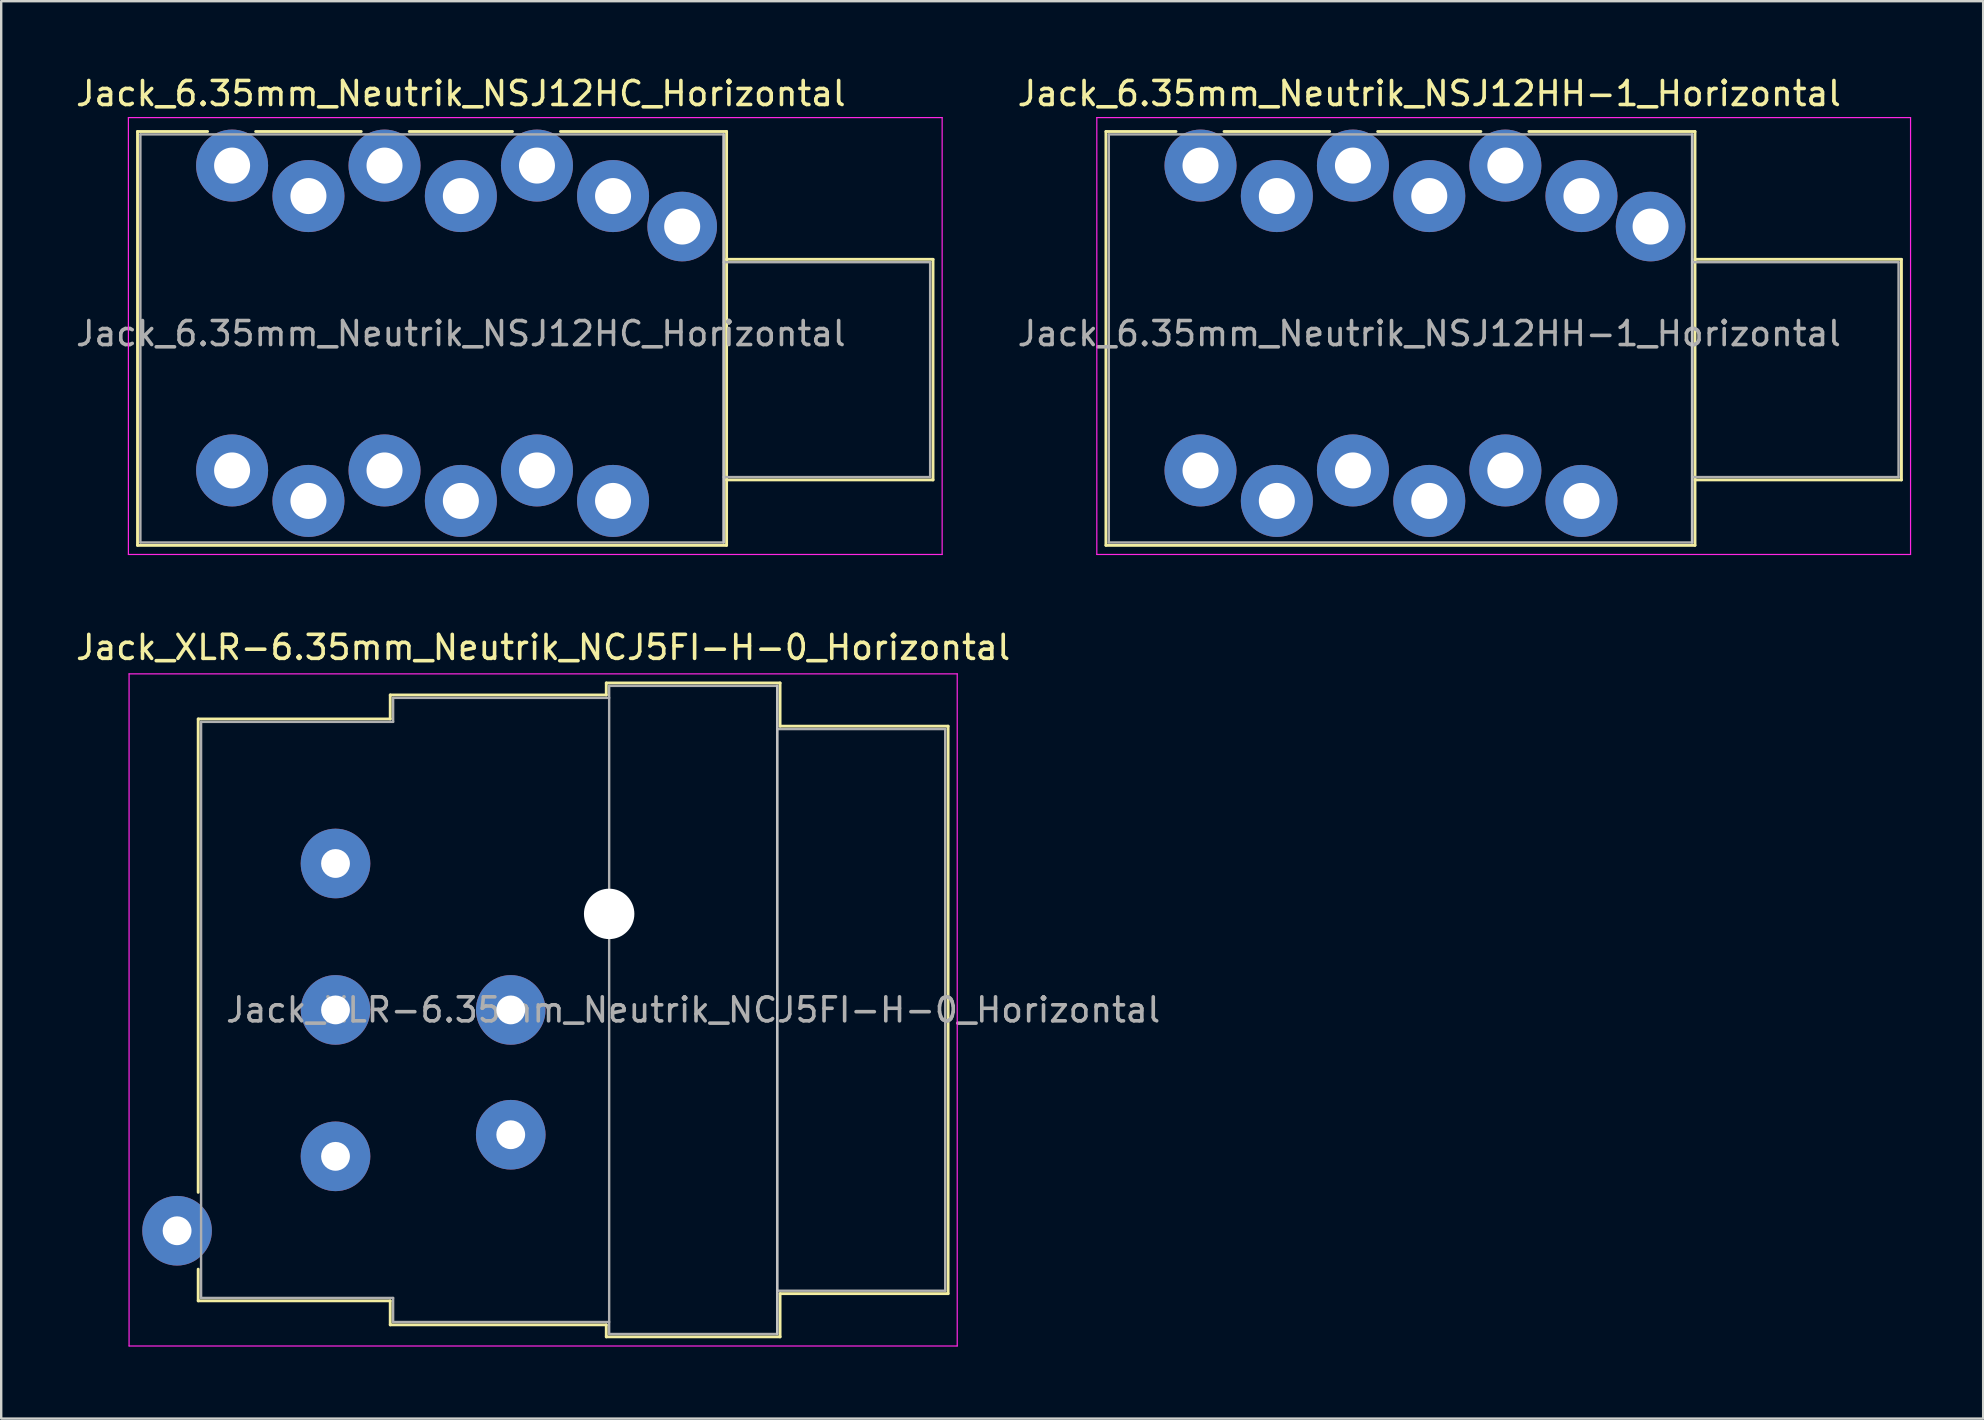
<source format=kicad_pcb>
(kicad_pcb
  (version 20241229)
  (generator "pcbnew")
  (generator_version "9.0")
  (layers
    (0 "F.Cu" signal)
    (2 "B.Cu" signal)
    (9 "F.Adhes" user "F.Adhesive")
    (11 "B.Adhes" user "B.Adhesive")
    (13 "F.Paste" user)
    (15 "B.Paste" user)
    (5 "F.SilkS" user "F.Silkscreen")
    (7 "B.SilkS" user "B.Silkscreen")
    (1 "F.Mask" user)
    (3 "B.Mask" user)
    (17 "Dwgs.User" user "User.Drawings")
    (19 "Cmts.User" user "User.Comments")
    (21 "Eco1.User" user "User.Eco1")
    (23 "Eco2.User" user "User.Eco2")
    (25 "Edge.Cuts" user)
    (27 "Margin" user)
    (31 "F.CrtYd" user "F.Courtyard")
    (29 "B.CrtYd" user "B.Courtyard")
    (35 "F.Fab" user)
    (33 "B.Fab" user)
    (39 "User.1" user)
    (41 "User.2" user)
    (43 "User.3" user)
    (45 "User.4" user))
  (footprint "Jack_6.35mm_Neutrik_NSJ12HH-1_Horizontal"
    (layer "F.Cu")
    (at 46.962 3.848)
    (property "Reference" "Jack_6.35mm_Neutrik_NSJ12HH-1_Horizontal" (at 9.53 -3 0) (layer "F.SilkS") (effects (font (size 1 1) (thickness 0.15))))
    (attr through_hole)
    (fp_line (start -3.94 -1.42) (end -1.02 -1.42) (stroke (width 0.12) (type solid)) (layer "F.SilkS"))
    (fp_line (start -3.94 15.82) (end -3.94 -1.42) (stroke (width 0.12) (type solid)) (layer "F.SilkS"))
    (fp_line (start -3.94 15.82) (end 20.6 15.82) (stroke (width 0.12) (type solid)) (layer "F.SilkS"))
    (fp_line (start 0.98 -1.42) (end 5.38 -1.42) (stroke (width 0.12) (type solid)) (layer "F.SilkS"))
    (fp_line (start 7.38 -1.42) (end 11.68 -1.42) (stroke (width 0.12) (type solid)) (layer "F.SilkS"))
    (fp_line (start 13.68 -1.42) (end 20.6 -1.42) (stroke (width 0.12) (type solid)) (layer "F.SilkS"))
    (fp_line (start 20.6 -1.42) (end 20.6 15.82) (stroke (width 0.12) (type solid)) (layer "F.SilkS"))
    (fp_line (start 29.2 3.905) (end 20.6 3.905) (stroke (width 0.12) (type solid)) (layer "F.SilkS"))
    (fp_line (start 29.2 13.095) (end 20.6 13.095) (stroke (width 0.12) (type solid)) (layer "F.SilkS"))
    (fp_line (start 29.2 13.095) (end 29.2 3.905) (stroke (width 0.12) (type solid)) (layer "F.SilkS"))
    (fp_line (start 20.48 -1.3) (end 20.48 15.7) (stroke (width 0.1) (type solid)) (layer "Dwgs.User"))
    (fp_line (start -4.32 16.2) (end -4.32 -2) (stroke (width 0.05) (type solid)) (layer "F.CrtYd"))
    (fp_line (start -4.32 16.2) (end 29.58 16.2) (stroke (width 0.05) (type solid)) (layer "F.CrtYd"))
    (fp_line (start 29.58 -2) (end -4.32 -2) (stroke (width 0.05) (type solid)) (layer "F.CrtYd"))
    (fp_line (start 29.58 16.2) (end 29.58 -2) (stroke (width 0.05) (type solid)) (layer "F.CrtYd"))
    (fp_line (start -3.82 -1.3) (end 20.48 -1.3) (stroke (width 0.1) (type solid)) (layer "F.Fab"))
    (fp_line (start -3.82 15.7) (end -3.82 -1.3) (stroke (width 0.1) (type solid)) (layer "F.Fab"))
    (fp_line (start 20.48 -1.3) (end 20.48 15.7) (stroke (width 0.1) (type solid)) (layer "F.Fab"))
    (fp_line (start 20.48 12.975) (end 29.08 12.975) (stroke (width 0.1) (type solid)) (layer "F.Fab"))
    (fp_line (start 20.48 15.7) (end -3.82 15.7) (stroke (width 0.1) (type solid)) (layer "F.Fab"))
    (fp_line (start 29.08 4.025) (end 20.48 4.025) (stroke (width 0.1) (type solid)) (layer "F.Fab"))
    (fp_line (start 29.08 12.975) (end 29.08 4.025) (stroke (width 0.1) (type solid)) (layer "F.Fab"))
    (fp_text user "${REFERENCE}" (at 9.53 7 0) (layer "F.Fab") (effects (font (size 1 1) (thickness 0.15))))
    (pad "G" thru_hole circle (at 18.75 2.54) (size 2.9 2.9) (drill 1.5) (layers "*.Cu" "*.Mask"))
    (pad "R1" thru_hole circle (at 6.35 0) (size 3 3) (drill 1.5) (layers "*.Cu" "*.Mask"))
    (pad "R2" thru_hole circle (at 9.53 1.27) (size 3 3) (drill 1.5) (layers "*.Cu" "*.Mask"))
    (pad "RN1" thru_hole circle (at 6.35 12.7) (size 3 3) (drill 1.5) (layers "*.Cu" "*.Mask"))
    (pad "RN2" thru_hole circle (at 9.53 13.97) (size 3 3) (drill 1.5) (layers "*.Cu" "*.Mask"))
    (pad "S1" thru_hole circle (at 12.7 0) (size 3 3) (drill 1.5) (layers "*.Cu" "*.Mask"))
    (pad "S2" thru_hole circle (at 15.87 1.27) (size 3 3) (drill 1.5) (layers "*.Cu" "*.Mask"))
    (pad "SN1" thru_hole circle (at 12.7 12.7) (size 3 3) (drill 1.5) (layers "*.Cu" "*.Mask"))
    (pad "SN2" thru_hole circle (at 15.87 13.97) (size 3 3) (drill 1.5) (layers "*.Cu" "*.Mask"))
    (pad "T1" thru_hole circle (at 0 0) (size 3 3) (drill 1.5) (layers "*.Cu" "*.Mask"))
    (pad "T2" thru_hole circle (at 3.18 1.27) (size 3 3) (drill 1.5) (layers "*.Cu" "*.Mask"))
    (pad "TN1" thru_hole circle (at 0 12.7) (size 3 3) (drill 1.5) (layers "*.Cu" "*.Mask"))
    (pad "TN2" thru_hole circle (at 3.18 13.97) (size 3 3) (drill 1.5) (layers "*.Cu" "*.Mask")))
  (footprint "Jack_6.35mm_Neutrik_NSJ12HC_Horizontal"
    (layer "F.Cu")
    (at 6.619 3.848)
    (property "Reference" "Jack_6.35mm_Neutrik_NSJ12HC_Horizontal" (at 9.53 -3 0) (layer "F.SilkS") (effects (font (size 1 1) (thickness 0.15))))
    (attr through_hole)
    (fp_line (start -3.94 -1.42) (end -1.02 -1.42) (stroke (width 0.12) (type solid)) (layer "F.SilkS"))
    (fp_line (start -3.94 15.82) (end -3.94 -1.42) (stroke (width 0.12) (type solid)) (layer "F.SilkS"))
    (fp_line (start -3.94 15.82) (end 20.6 15.82) (stroke (width 0.12) (type solid)) (layer "F.SilkS"))
    (fp_line (start 0.98 -1.42) (end 5.38 -1.42) (stroke (width 0.12) (type solid)) (layer "F.SilkS"))
    (fp_line (start 7.38 -1.42) (end 11.68 -1.42) (stroke (width 0.12) (type solid)) (layer "F.SilkS"))
    (fp_line (start 13.68 -1.42) (end 20.6 -1.42) (stroke (width 0.12) (type solid)) (layer "F.SilkS"))
    (fp_line (start 20.6 -1.42) (end 20.6 15.82) (stroke (width 0.12) (type solid)) (layer "F.SilkS"))
    (fp_line (start 29.2 3.905) (end 20.6 3.905) (stroke (width 0.12) (type solid)) (layer "F.SilkS"))
    (fp_line (start 29.2 13.095) (end 20.6 13.095) (stroke (width 0.12) (type solid)) (layer "F.SilkS"))
    (fp_line (start 29.2 13.095) (end 29.2 3.905) (stroke (width 0.12) (type solid)) (layer "F.SilkS"))
    (fp_line (start 20.48 -1.3) (end 20.48 15.7) (stroke (width 0.1) (type solid)) (layer "Dwgs.User"))
    (fp_line (start -4.32 16.2) (end -4.32 -2) (stroke (width 0.05) (type solid)) (layer "F.CrtYd"))
    (fp_line (start -4.32 16.2) (end 29.58 16.2) (stroke (width 0.05) (type solid)) (layer "F.CrtYd"))
    (fp_line (start 29.58 -2) (end -4.32 -2) (stroke (width 0.05) (type solid)) (layer "F.CrtYd"))
    (fp_line (start 29.58 16.2) (end 29.58 -2) (stroke (width 0.05) (type solid)) (layer "F.CrtYd"))
    (fp_line (start -3.82 -1.3) (end 20.48 -1.3) (stroke (width 0.1) (type solid)) (layer "F.Fab"))
    (fp_line (start -3.82 15.7) (end -3.82 -1.3) (stroke (width 0.1) (type solid)) (layer "F.Fab"))
    (fp_line (start 20.48 -1.3) (end 20.48 15.7) (stroke (width 0.1) (type solid)) (layer "F.Fab"))
    (fp_line (start 20.48 12.975) (end 29.08 12.975) (stroke (width 0.1) (type solid)) (layer "F.Fab"))
    (fp_line (start 20.48 15.7) (end -3.82 15.7) (stroke (width 0.1) (type solid)) (layer "F.Fab"))
    (fp_line (start 29.08 4.025) (end 20.48 4.025) (stroke (width 0.1) (type solid)) (layer "F.Fab"))
    (fp_line (start 29.08 12.975) (end 29.08 4.025) (stroke (width 0.1) (type solid)) (layer "F.Fab"))
    (fp_text user "${REFERENCE}" (at 9.53 7 0) (layer "F.Fab") (effects (font (size 1 1) (thickness 0.15))))
    (pad "G" thru_hole circle (at 18.75 2.54) (size 2.9 2.9) (drill 1.5) (layers "*.Cu" "*.Mask"))
    (pad "R1" thru_hole circle (at 6.35 0) (size 3 3) (drill 1.5) (layers "*.Cu" "*.Mask"))
    (pad "R2" thru_hole circle (at 9.53 1.27) (size 3 3) (drill 1.5) (layers "*.Cu" "*.Mask"))
    (pad "RN1" thru_hole circle (at 6.35 12.7) (size 3 3) (drill 1.5) (layers "*.Cu" "*.Mask"))
    (pad "RN2" thru_hole circle (at 9.53 13.97) (size 3 3) (drill 1.5) (layers "*.Cu" "*.Mask"))
    (pad "S1" thru_hole circle (at 12.7 0) (size 3 3) (drill 1.5) (layers "*.Cu" "*.Mask"))
    (pad "S2" thru_hole circle (at 15.87 1.27) (size 3 3) (drill 1.5) (layers "*.Cu" "*.Mask"))
    (pad "SN1" thru_hole circle (at 12.7 12.7) (size 3 3) (drill 1.5) (layers "*.Cu" "*.Mask"))
    (pad "SN2" thru_hole circle (at 15.87 13.97) (size 3 3) (drill 1.5) (layers "*.Cu" "*.Mask"))
    (pad "T1" thru_hole circle (at 0 0) (size 3 3) (drill 1.5) (layers "*.Cu" "*.Mask"))
    (pad "T2" thru_hole circle (at 3.18 1.27) (size 3 3) (drill 1.5) (layers "*.Cu" "*.Mask"))
    (pad "TN1" thru_hole circle (at 0 12.7) (size 3 3) (drill 1.5) (layers "*.Cu" "*.Mask"))
    (pad "TN2" thru_hole circle (at 3.18 13.97) (size 3 3) (drill 1.5) (layers "*.Cu" "*.Mask")))
  (footprint "Jack_XLR-6.35mm_Neutrik_NCJ5FI-H-0_Horizontal"
    (layer "F.Cu")
    (at 10.927 32.922)
    (property "Reference" "Jack_XLR-6.35mm_Neutrik_NCJ5FI-H-0_Horizontal" (at 8.65 -9 0) (layer "F.SilkS") (effects (font (size 1 1) (thickness 0.15))))
    (attr through_hole)
    (fp_line (start -5.72 -6.02) (end -5.72 13.7) (stroke (width 0.12) (type solid)) (layer "F.SilkS"))
    (fp_line (start -5.72 16.9) (end -5.72 18.22) (stroke (width 0.12) (type solid)) (layer "F.SilkS"))
    (fp_line (start 2.28 -7.02) (end 2.28 -6.02) (stroke (width 0.12) (type solid)) (layer "F.SilkS"))
    (fp_line (start 2.28 -6.02) (end -5.72 -6.02) (stroke (width 0.12) (type solid)) (layer "F.SilkS"))
    (fp_line (start 2.28 18.22) (end -5.72 18.22) (stroke (width 0.12) (type solid)) (layer "F.SilkS"))
    (fp_line (start 2.28 19.22) (end 2.28 18.22) (stroke (width 0.12) (type solid)) (layer "F.SilkS"))
    (fp_line (start 11.28 -7.02) (end 2.28 -7.02) (stroke (width 0.12) (type solid)) (layer "F.SilkS"))
    (fp_line (start 11.28 -7.02) (end 11.28 -7.52) (stroke (width 0.12) (type solid)) (layer "F.SilkS"))
    (fp_line (start 11.28 19.22) (end 2.28 19.22) (stroke (width 0.12) (type solid)) (layer "F.SilkS"))
    (fp_line (start 11.28 19.72) (end 11.28 19.22) (stroke (width 0.12) (type solid)) (layer "F.SilkS"))
    (fp_line (start 18.52 -7.52) (end 11.28 -7.52) (stroke (width 0.12) (type solid)) (layer "F.SilkS"))
    (fp_line (start 18.52 -7.52) (end 18.52 -5.72) (stroke (width 0.12) (type solid)) (layer "F.SilkS"))
    (fp_line (start 18.52 -5.72) (end 25.52 -5.72) (stroke (width 0.12) (type solid)) (layer "F.SilkS"))
    (fp_line (start 18.52 17.92) (end 18.52 19.72) (stroke (width 0.12) (type solid)) (layer "F.SilkS"))
    (fp_line (start 18.52 17.92) (end 25.52 17.92) (stroke (width 0.12) (type solid)) (layer "F.SilkS"))
    (fp_line (start 18.52 19.72) (end 11.28 19.72) (stroke (width 0.12) (type solid)) (layer "F.SilkS"))
    (fp_line (start 25.52 -5.72) (end 25.52 17.92) (stroke (width 0.12) (type solid)) (layer "F.SilkS"))
    (fp_line (start 18.4 -7.4) (end 18.4 19.6) (stroke (width 0.1) (type solid)) (layer "Dwgs.User"))
    (fp_line (start -8.6 -7.9) (end -8.6 20.1) (stroke (width 0.05) (type solid)) (layer "F.CrtYd"))
    (fp_line (start 25.9 -7.9) (end -8.6 -7.9) (stroke (width 0.05) (type solid)) (layer "F.CrtYd"))
    (fp_line (start 25.9 -7.9) (end 25.9 20.1) (stroke (width 0.05) (type solid)) (layer "F.CrtYd"))
    (fp_line (start 25.9 20.1) (end -8.6 20.1) (stroke (width 0.05) (type solid)) (layer "F.CrtYd"))
    (fp_line (start -5.6 -5.9) (end -5.6 18.1) (stroke (width 0.1) (type solid)) (layer "F.Fab"))
    (fp_line (start -5.6 18.1) (end 2.4 18.1) (stroke (width 0.1) (type solid)) (layer "F.Fab"))
    (fp_line (start 2.4 -6.9) (end 2.4 -5.9) (stroke (width 0.1) (type solid)) (layer "F.Fab"))
    (fp_line (start 2.4 -5.9) (end -5.6 -5.9) (stroke (width 0.1) (type solid)) (layer "F.Fab"))
    (fp_line (start 2.4 18.1) (end 2.4 19.1) (stroke (width 0.1) (type solid)) (layer "F.Fab"))
    (fp_line (start 2.4 19.1) (end 11.4 19.1) (stroke (width 0.1) (type solid)) (layer "F.Fab"))
    (fp_line (start 11.4 -7.4) (end 18.4 -7.4) (stroke (width 0.1) (type solid)) (layer "F.Fab"))
    (fp_line (start 11.4 -6.9) (end 2.4 -6.9) (stroke (width 0.1) (type solid)) (layer "F.Fab"))
    (fp_line (start 11.4 19.6) (end 11.4 -7.4) (stroke (width 0.1) (type solid)) (layer "F.Fab"))
    (fp_line (start 18.4 -7.4) (end 18.4 19.6) (stroke (width 0.1) (type solid)) (layer "F.Fab"))
    (fp_line (start 18.4 -5.6) (end 25.4 -5.6) (stroke (width 0.1) (type solid)) (layer "F.Fab"))
    (fp_line (start 18.4 19.6) (end 11.4 19.6) (stroke (width 0.1) (type solid)) (layer "F.Fab"))
    (fp_line (start 25.4 -5.6) (end 25.4 17.8) (stroke (width 0.1) (type solid)) (layer "F.Fab"))
    (fp_line (start 25.4 17.8) (end 18.4 17.8) (stroke (width 0.1) (type solid)) (layer "F.Fab"))
    (fp_text user "${REFERENCE}" (at 14.9 6.1 0) (layer "F.Fab") (effects (font (size 1 1) (thickness 0.15))))
    (pad "" np_thru_hole circle (at 11.4 2.1) (size 2.1 2.1) (drill 2.1) (layers "*.Cu" "*.Mask"))
    (pad "1" thru_hole circle (at 0 0) (size 2.9 2.9) (drill 1.2) (layers "*.Cu" "*.Mask"))
    (pad "2" thru_hole circle (at 0 12.2) (size 2.9 2.9) (drill 1.2) (layers "*.Cu" "*.Mask"))
    (pad "3" thru_hole circle (at 0 6.1) (size 2.9 2.9) (drill 1.2) (layers "*.Cu" "*.Mask"))
    (pad "G" thru_hole circle (at 7.3 6.1) (size 2.9 2.9) (drill 1.2) (layers "*.Cu" "*.Mask"))
    (pad "S" thru_hole circle (at 7.3 11.3) (size 2.9 2.9) (drill 1.2) (layers "*.Cu" "*.Mask"))
    (pad "T" thru_hole circle (at -6.6 15.3) (size 2.9 2.9) (drill 1.2) (layers "*.Cu" "*.Mask")))
  (gr_rect
    (start -3 -3)
    (end 79.567 56.047)
    (stroke (width 0.1) (type default))
    (fill no)
    (layer "Edge.Cuts")))
</source>
